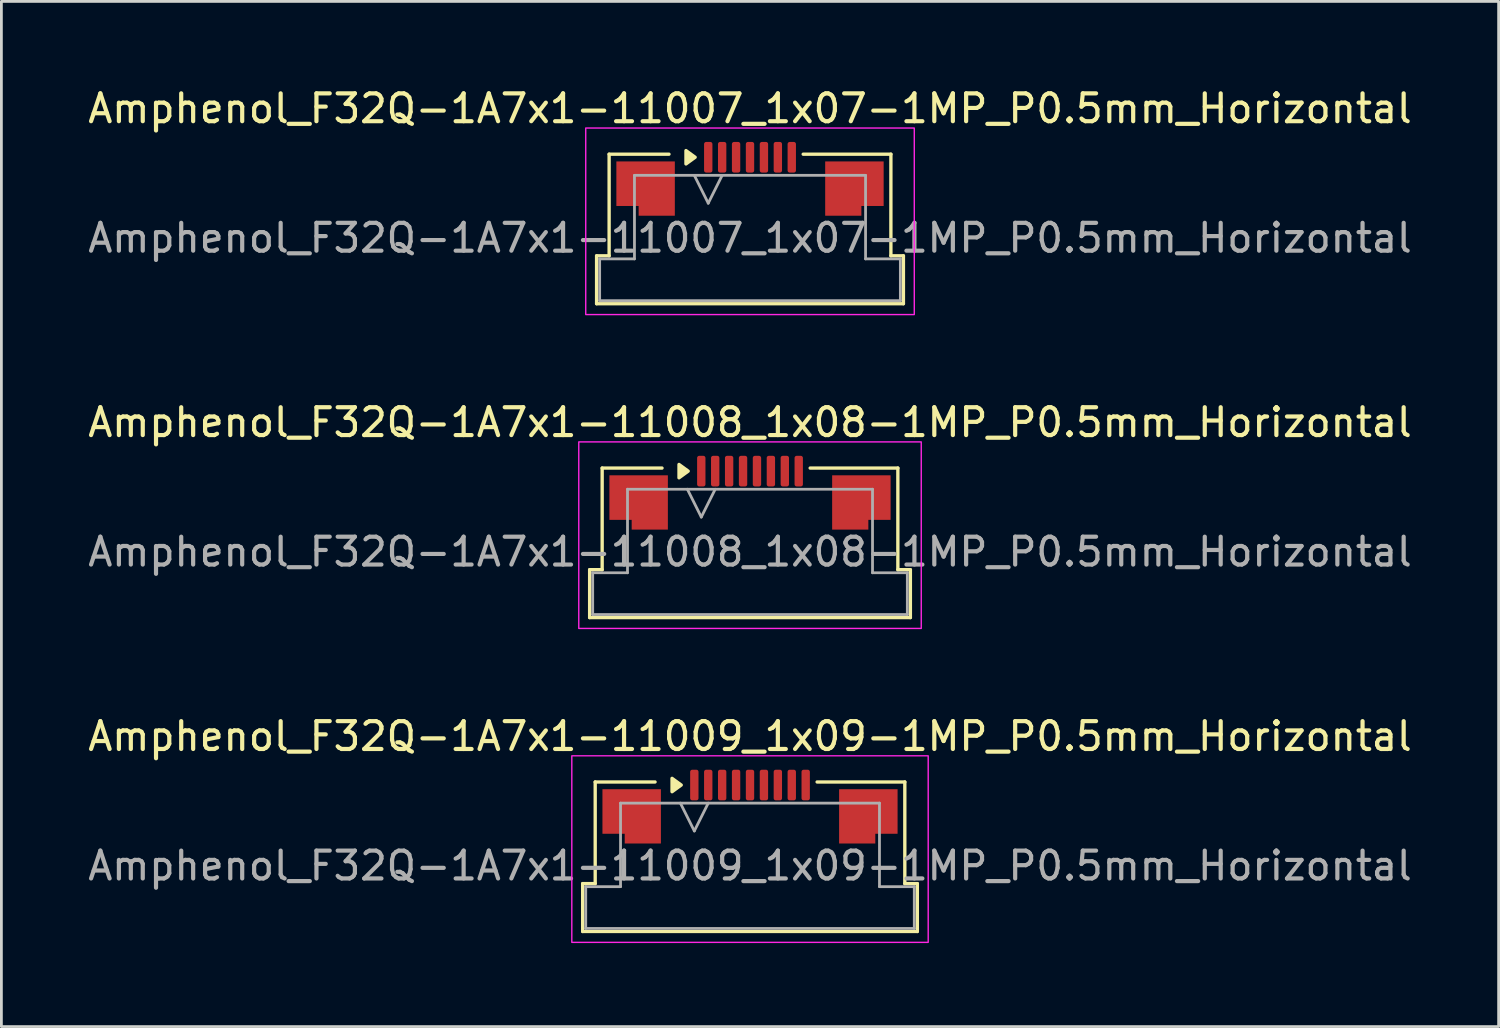
<source format=kicad_pcb>
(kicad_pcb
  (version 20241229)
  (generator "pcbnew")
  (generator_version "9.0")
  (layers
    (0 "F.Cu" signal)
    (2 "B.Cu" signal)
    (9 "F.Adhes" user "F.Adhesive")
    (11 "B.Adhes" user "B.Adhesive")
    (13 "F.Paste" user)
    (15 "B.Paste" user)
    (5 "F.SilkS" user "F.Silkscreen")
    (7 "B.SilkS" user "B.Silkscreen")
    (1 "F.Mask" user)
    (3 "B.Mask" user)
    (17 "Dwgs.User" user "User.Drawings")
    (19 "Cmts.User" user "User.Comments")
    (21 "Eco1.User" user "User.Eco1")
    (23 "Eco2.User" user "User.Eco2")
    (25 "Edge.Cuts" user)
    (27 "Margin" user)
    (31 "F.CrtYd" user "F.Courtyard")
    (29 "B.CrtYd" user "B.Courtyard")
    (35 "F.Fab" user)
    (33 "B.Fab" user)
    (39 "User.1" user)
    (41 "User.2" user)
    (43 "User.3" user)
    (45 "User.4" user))
  (footprint "Amphenol_F32Q-1A7x1-11007_1x07-1MP_P0.5mm_Horizontal"
    (layer "F.Cu")
    (at 23.887 5.498)
    (property "Reference" "Amphenol_F32Q-1A7x1-11007_1x07-1MP_P0.5mm_Horizontal" (at 0 -4.65 0) (layer "F.SilkS") (effects (font (size 1 1) (thickness 0.15))))
    (attr smd)
    (fp_line (start -5.51 0.64) (end -5.06 0.64) (stroke (width 0.12) (type solid)) (layer "F.SilkS"))
    (fp_line (start -5.51 2.36) (end -5.51 0.64) (stroke (width 0.12) (type solid)) (layer "F.SilkS"))
    (fp_line (start -5.06 -3.01) (end -2.91 -3.01) (stroke (width 0.12) (type solid)) (layer "F.SilkS"))
    (fp_line (start -5.06 0.64) (end -5.06 -3.01) (stroke (width 0.12) (type solid)) (layer "F.SilkS"))
    (fp_line (start 1.91 -3.01) (end 5.06 -3.01) (stroke (width 0.12) (type solid)) (layer "F.SilkS"))
    (fp_line (start 5.06 -3.01) (end 5.06 0.64) (stroke (width 0.12) (type solid)) (layer "F.SilkS"))
    (fp_line (start 5.06 0.64) (end 5.51 0.64) (stroke (width 0.12) (type solid)) (layer "F.SilkS"))
    (fp_line (start 5.51 0.64) (end 5.51 2.36) (stroke (width 0.12) (type solid)) (layer "F.SilkS"))
    (fp_line (start 5.51 2.36) (end -5.51 2.36) (stroke (width 0.12) (type solid)) (layer "F.SilkS"))
    (fp_poly (pts (xy -1.97 -2.9) (xy -2.3 -2.66) (xy -2.3 -3.14)) (stroke (width 0.12) (type solid)) (fill yes) (layer "F.SilkS"))
    (fp_rect (start -5.9 -3.95) (end 5.9 2.75) (stroke (width 0.05) (type solid)) (fill no) (layer "F.CrtYd"))
    (fp_line (start -5.4 0.75) (end -4.15 0.75) (stroke (width 0.1) (type solid)) (layer "F.Fab"))
    (fp_line (start -5.4 2.25) (end -5.4 0.75) (stroke (width 0.1) (type solid)) (layer "F.Fab"))
    (fp_line (start -4.15 -2.25) (end 4.15 -2.25) (stroke (width 0.1) (type solid)) (layer "F.Fab"))
    (fp_line (start -4.15 0.75) (end -4.15 -2.25) (stroke (width 0.1) (type solid)) (layer "F.Fab"))
    (fp_line (start -2 -2.25) (end -1.5 -1.25) (stroke (width 0.1) (type solid)) (layer "F.Fab"))
    (fp_line (start -1.5 -1.25) (end -1 -2.25) (stroke (width 0.1) (type solid)) (layer "F.Fab"))
    (fp_line (start 4.15 -2.25) (end 4.15 0.75) (stroke (width 0.1) (type solid)) (layer "F.Fab"))
    (fp_line (start 4.15 0.75) (end 5.4 0.75) (stroke (width 0.1) (type solid)) (layer "F.Fab"))
    (fp_line (start 5.4 0.75) (end 5.4 2.25) (stroke (width 0.1) (type solid)) (layer "F.Fab"))
    (fp_line (start 5.4 2.25) (end -5.4 2.25) (stroke (width 0.1) (type solid)) (layer "F.Fab"))
    (fp_text user "${REFERENCE}" (at 0 0 0) (layer "F.Fab") (effects (font (size 1 1) (thickness 0.15))))
    (pad "1" smd roundrect (at -1.5 -2.9) (size 0.3 1.1) (layers "F.Cu" "F.Mask" "F.Paste") (roundrect_rratio 0.25))
    (pad "2" smd roundrect (at -1 -2.9) (size 0.3 1.1) (layers "F.Cu" "F.Mask" "F.Paste") (roundrect_rratio 0.25))
    (pad "3" smd roundrect (at -0.5 -2.9) (size 0.3 1.1) (layers "F.Cu" "F.Mask" "F.Paste") (roundrect_rratio 0.25))
    (pad "4" smd roundrect (at 0 -2.9) (size 0.3 1.1) (layers "F.Cu" "F.Mask" "F.Paste") (roundrect_rratio 0.25))
    (pad "5" smd roundrect (at 0.5 -2.9) (size 0.3 1.1) (layers "F.Cu" "F.Mask" "F.Paste") (roundrect_rratio 0.25))
    (pad "6" smd roundrect (at 1 -2.9) (size 0.3 1.1) (layers "F.Cu" "F.Mask" "F.Paste") (roundrect_rratio 0.25))
    (pad "7" smd roundrect (at 1.5 -2.9) (size 0.3 1.1) (layers "F.Cu" "F.Mask" "F.Paste") (roundrect_rratio 0.25))
    (pad "MP" smd custom (at -3.75 -1.775) (size 1 1) (layers "F.Cu" "F.Mask" "F.Paste") (options (anchor circle)) (primitives (gr_poly (pts (xy 1.05 -0.975) (xy 1.05 0.975) (xy -0.25 0.975) (xy -0.25 0.625) (xy -1.05 0.625) (xy -1.05 -0.975)) (width 0) (fill yes))))
    (pad "MP" smd custom (at 3.75 -1.775) (size 1 1) (layers "F.Cu" "F.Mask" "F.Paste") (options (anchor circle)) (primitives (gr_poly (pts (xy -1.05 -0.975) (xy -1.05 0.975) (xy 0.25 0.975) (xy 0.25 0.625) (xy 1.05 0.625) (xy 1.05 -0.975)) (width 0) (fill yes)))))
  (footprint "Amphenol_F32Q-1A7x1-11009_1x09-1MP_P0.5mm_Horizontal"
    (layer "F.Cu")
    (at 23.887 28.045)
    (property "Reference" "Amphenol_F32Q-1A7x1-11009_1x09-1MP_P0.5mm_Horizontal" (at 0 -4.65 0) (layer "F.SilkS") (effects (font (size 1 1) (thickness 0.15))))
    (attr smd)
    (fp_line (start -6.01 0.64) (end -5.56 0.64) (stroke (width 0.12) (type solid)) (layer "F.SilkS"))
    (fp_line (start -6.01 2.36) (end -6.01 0.64) (stroke (width 0.12) (type solid)) (layer "F.SilkS"))
    (fp_line (start -5.56 -3.01) (end -3.41 -3.01) (stroke (width 0.12) (type solid)) (layer "F.SilkS"))
    (fp_line (start -5.56 0.64) (end -5.56 -3.01) (stroke (width 0.12) (type solid)) (layer "F.SilkS"))
    (fp_line (start 2.41 -3.01) (end 5.56 -3.01) (stroke (width 0.12) (type solid)) (layer "F.SilkS"))
    (fp_line (start 5.56 -3.01) (end 5.56 0.64) (stroke (width 0.12) (type solid)) (layer "F.SilkS"))
    (fp_line (start 5.56 0.64) (end 6.01 0.64) (stroke (width 0.12) (type solid)) (layer "F.SilkS"))
    (fp_line (start 6.01 0.64) (end 6.01 2.36) (stroke (width 0.12) (type solid)) (layer "F.SilkS"))
    (fp_line (start 6.01 2.36) (end -6.01 2.36) (stroke (width 0.12) (type solid)) (layer "F.SilkS"))
    (fp_poly (pts (xy -2.47 -2.9) (xy -2.8 -2.66) (xy -2.8 -3.14)) (stroke (width 0.12) (type solid)) (fill yes) (layer "F.SilkS"))
    (fp_rect (start -6.4 -3.95) (end 6.4 2.75) (stroke (width 0.05) (type solid)) (fill no) (layer "F.CrtYd"))
    (fp_line (start -5.9 0.75) (end -4.65 0.75) (stroke (width 0.1) (type solid)) (layer "F.Fab"))
    (fp_line (start -5.9 2.25) (end -5.9 0.75) (stroke (width 0.1) (type solid)) (layer "F.Fab"))
    (fp_line (start -4.65 -2.25) (end 4.65 -2.25) (stroke (width 0.1) (type solid)) (layer "F.Fab"))
    (fp_line (start -4.65 0.75) (end -4.65 -2.25) (stroke (width 0.1) (type solid)) (layer "F.Fab"))
    (fp_line (start -2.5 -2.25) (end -2 -1.25) (stroke (width 0.1) (type solid)) (layer "F.Fab"))
    (fp_line (start -2 -1.25) (end -1.5 -2.25) (stroke (width 0.1) (type solid)) (layer "F.Fab"))
    (fp_line (start 4.65 -2.25) (end 4.65 0.75) (stroke (width 0.1) (type solid)) (layer "F.Fab"))
    (fp_line (start 4.65 0.75) (end 5.9 0.75) (stroke (width 0.1) (type solid)) (layer "F.Fab"))
    (fp_line (start 5.9 0.75) (end 5.9 2.25) (stroke (width 0.1) (type solid)) (layer "F.Fab"))
    (fp_line (start 5.9 2.25) (end -5.9 2.25) (stroke (width 0.1) (type solid)) (layer "F.Fab"))
    (fp_text user "${REFERENCE}" (at 0 0 0) (layer "F.Fab") (effects (font (size 1 1) (thickness 0.15))))
    (pad "1" smd roundrect (at -2 -2.9) (size 0.3 1.1) (layers "F.Cu" "F.Mask" "F.Paste") (roundrect_rratio 0.25))
    (pad "2" smd roundrect (at -1.5 -2.9) (size 0.3 1.1) (layers "F.Cu" "F.Mask" "F.Paste") (roundrect_rratio 0.25))
    (pad "3" smd roundrect (at -1 -2.9) (size 0.3 1.1) (layers "F.Cu" "F.Mask" "F.Paste") (roundrect_rratio 0.25))
    (pad "4" smd roundrect (at -0.5 -2.9) (size 0.3 1.1) (layers "F.Cu" "F.Mask" "F.Paste") (roundrect_rratio 0.25))
    (pad "5" smd roundrect (at 0 -2.9) (size 0.3 1.1) (layers "F.Cu" "F.Mask" "F.Paste") (roundrect_rratio 0.25))
    (pad "6" smd roundrect (at 0.5 -2.9) (size 0.3 1.1) (layers "F.Cu" "F.Mask" "F.Paste") (roundrect_rratio 0.25))
    (pad "7" smd roundrect (at 1 -2.9) (size 0.3 1.1) (layers "F.Cu" "F.Mask" "F.Paste") (roundrect_rratio 0.25))
    (pad "8" smd roundrect (at 1.5 -2.9) (size 0.3 1.1) (layers "F.Cu" "F.Mask" "F.Paste") (roundrect_rratio 0.25))
    (pad "9" smd roundrect (at 2 -2.9) (size 0.3 1.1) (layers "F.Cu" "F.Mask" "F.Paste") (roundrect_rratio 0.25))
    (pad "MP" smd custom (at -4.25 -1.775) (size 1 1) (layers "F.Cu" "F.Mask" "F.Paste") (options (anchor circle)) (primitives (gr_poly (pts (xy 1.05 -0.975) (xy 1.05 0.975) (xy -0.25 0.975) (xy -0.25 0.625) (xy -1.05 0.625) (xy -1.05 -0.975)) (width 0) (fill yes))))
    (pad "MP" smd custom (at 4.25 -1.775) (size 1 1) (layers "F.Cu" "F.Mask" "F.Paste") (options (anchor circle)) (primitives (gr_poly (pts (xy -1.05 -0.975) (xy -1.05 0.975) (xy 0.25 0.975) (xy 0.25 0.625) (xy 1.05 0.625) (xy 1.05 -0.975)) (width 0) (fill yes)))))
  (footprint "Amphenol_F32Q-1A7x1-11008_1x08-1MP_P0.5mm_Horizontal"
    (layer "F.Cu")
    (at 23.887 16.771)
    (property "Reference" "Amphenol_F32Q-1A7x1-11008_1x08-1MP_P0.5mm_Horizontal" (at 0 -4.65 0) (layer "F.SilkS") (effects (font (size 1 1) (thickness 0.15))))
    (attr smd)
    (fp_line (start -5.76 0.64) (end -5.31 0.64) (stroke (width 0.12) (type solid)) (layer "F.SilkS"))
    (fp_line (start -5.76 2.36) (end -5.76 0.64) (stroke (width 0.12) (type solid)) (layer "F.SilkS"))
    (fp_line (start -5.31 -3.01) (end -3.16 -3.01) (stroke (width 0.12) (type solid)) (layer "F.SilkS"))
    (fp_line (start -5.31 0.64) (end -5.31 -3.01) (stroke (width 0.12) (type solid)) (layer "F.SilkS"))
    (fp_line (start 2.16 -3.01) (end 5.31 -3.01) (stroke (width 0.12) (type solid)) (layer "F.SilkS"))
    (fp_line (start 5.31 -3.01) (end 5.31 0.64) (stroke (width 0.12) (type solid)) (layer "F.SilkS"))
    (fp_line (start 5.31 0.64) (end 5.76 0.64) (stroke (width 0.12) (type solid)) (layer "F.SilkS"))
    (fp_line (start 5.76 0.64) (end 5.76 2.36) (stroke (width 0.12) (type solid)) (layer "F.SilkS"))
    (fp_line (start 5.76 2.36) (end -5.76 2.36) (stroke (width 0.12) (type solid)) (layer "F.SilkS"))
    (fp_poly (pts (xy -2.22 -2.9) (xy -2.55 -2.66) (xy -2.55 -3.14)) (stroke (width 0.12) (type solid)) (fill yes) (layer "F.SilkS"))
    (fp_rect (start -6.15 -3.95) (end 6.15 2.75) (stroke (width 0.05) (type solid)) (fill no) (layer "F.CrtYd"))
    (fp_line (start -5.65 0.75) (end -4.4 0.75) (stroke (width 0.1) (type solid)) (layer "F.Fab"))
    (fp_line (start -5.65 2.25) (end -5.65 0.75) (stroke (width 0.1) (type solid)) (layer "F.Fab"))
    (fp_line (start -4.4 -2.25) (end 4.4 -2.25) (stroke (width 0.1) (type solid)) (layer "F.Fab"))
    (fp_line (start -4.4 0.75) (end -4.4 -2.25) (stroke (width 0.1) (type solid)) (layer "F.Fab"))
    (fp_line (start -2.25 -2.25) (end -1.75 -1.25) (stroke (width 0.1) (type solid)) (layer "F.Fab"))
    (fp_line (start -1.75 -1.25) (end -1.25 -2.25) (stroke (width 0.1) (type solid)) (layer "F.Fab"))
    (fp_line (start 4.4 -2.25) (end 4.4 0.75) (stroke (width 0.1) (type solid)) (layer "F.Fab"))
    (fp_line (start 4.4 0.75) (end 5.65 0.75) (stroke (width 0.1) (type solid)) (layer "F.Fab"))
    (fp_line (start 5.65 0.75) (end 5.65 2.25) (stroke (width 0.1) (type solid)) (layer "F.Fab"))
    (fp_line (start 5.65 2.25) (end -5.65 2.25) (stroke (width 0.1) (type solid)) (layer "F.Fab"))
    (fp_text user "${REFERENCE}" (at 0 0 0) (layer "F.Fab") (effects (font (size 1 1) (thickness 0.15))))
    (pad "1" smd roundrect (at -1.75 -2.9) (size 0.3 1.1) (layers "F.Cu" "F.Mask" "F.Paste") (roundrect_rratio 0.25))
    (pad "2" smd roundrect (at -1.25 -2.9) (size 0.3 1.1) (layers "F.Cu" "F.Mask" "F.Paste") (roundrect_rratio 0.25))
    (pad "3" smd roundrect (at -0.75 -2.9) (size 0.3 1.1) (layers "F.Cu" "F.Mask" "F.Paste") (roundrect_rratio 0.25))
    (pad "4" smd roundrect (at -0.25 -2.9) (size 0.3 1.1) (layers "F.Cu" "F.Mask" "F.Paste") (roundrect_rratio 0.25))
    (pad "5" smd roundrect (at 0.25 -2.9) (size 0.3 1.1) (layers "F.Cu" "F.Mask" "F.Paste") (roundrect_rratio 0.25))
    (pad "6" smd roundrect (at 0.75 -2.9) (size 0.3 1.1) (layers "F.Cu" "F.Mask" "F.Paste") (roundrect_rratio 0.25))
    (pad "7" smd roundrect (at 1.25 -2.9) (size 0.3 1.1) (layers "F.Cu" "F.Mask" "F.Paste") (roundrect_rratio 0.25))
    (pad "8" smd roundrect (at 1.75 -2.9) (size 0.3 1.1) (layers "F.Cu" "F.Mask" "F.Paste") (roundrect_rratio 0.25))
    (pad "MP" smd custom (at -4 -1.775) (size 1 1) (layers "F.Cu" "F.Mask" "F.Paste") (options (anchor circle)) (primitives (gr_poly (pts (xy 1.05 -0.975) (xy 1.05 0.975) (xy -0.25 0.975) (xy -0.25 0.625) (xy -1.05 0.625) (xy -1.05 -0.975)) (width 0) (fill yes))))
    (pad "MP" smd custom (at 4 -1.775) (size 1 1) (layers "F.Cu" "F.Mask" "F.Paste") (options (anchor circle)) (primitives (gr_poly (pts (xy -1.05 -0.975) (xy -1.05 0.975) (xy 0.25 0.975) (xy 0.25 0.625) (xy 1.05 0.625) (xy 1.05 -0.975)) (width 0) (fill yes)))))
  (gr_rect
    (start -3 -3)
    (end 50.774 33.82)
    (stroke (width 0.1) (type default))
    (fill no)
    (layer "Edge.Cuts")))
</source>
